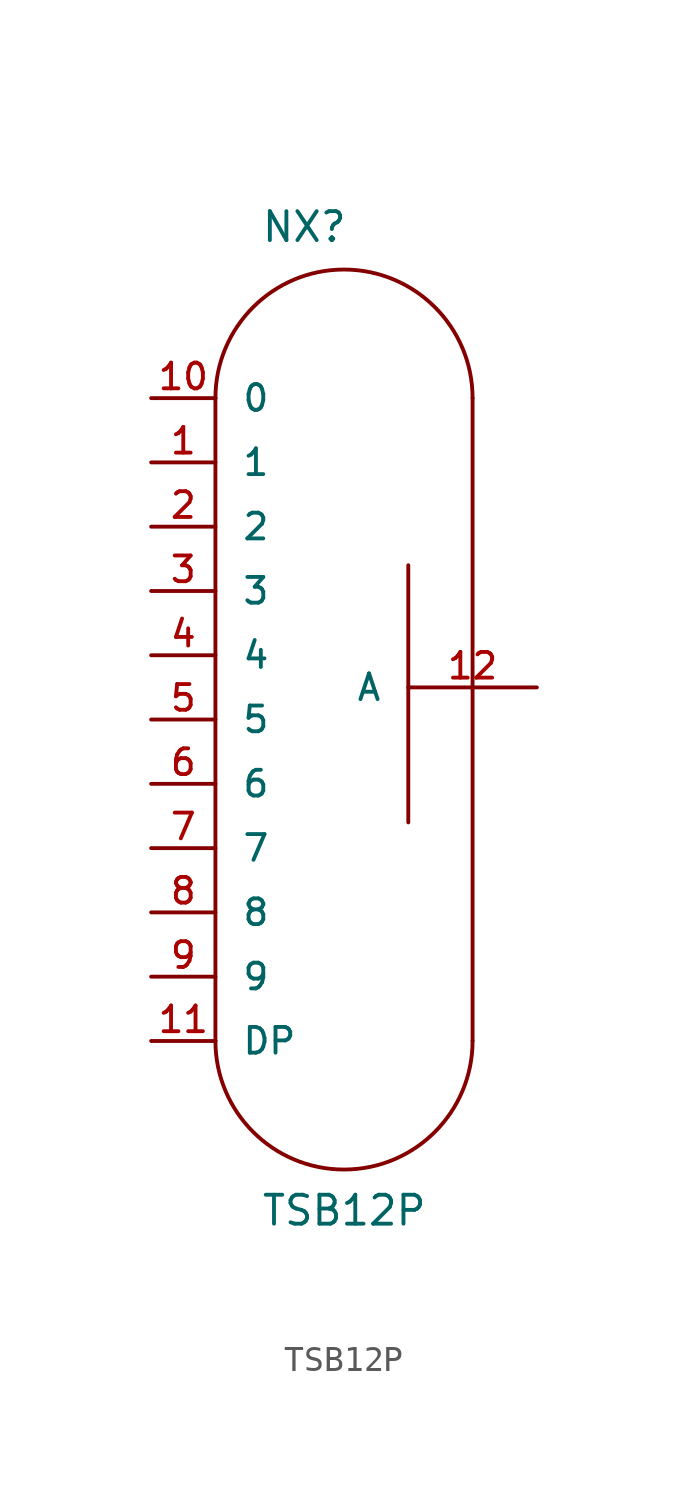
<source format=kicad_sym>
(kicad_symbol_lib
  (version 20211014)
  (generator kicad_symbol_editor)
  (symbol "TSB12P"
    (pin_names
      (offset 1.016))
    (property "Reference" "NX"
      (at -38.862 41.656 0)
      (effects (font (size 1.143 1.143)) (justify left bottom)))
    (property "Value" "TSB12P"
      (at -38.862 2.794 0)
      (effects (font (size 1.143 1.143)) (justify left bottom)))
    (property "ki_locked" ""
      (at 0 0 0)
      (effects (font (size 1.27 1.27))))
    (symbol "TSB12P_1_0"
      (polyline (pts (xy -40.64 35.56) (xy -40.64 10.16)) (stroke (width 0) (type default) (color 0 0 0 0)) (fill (type none)))
      (polyline (pts (xy -33.02 28.956) (xy -33.02 18.796)) (stroke (width 0) (type default) (color 0 0 0 0)) (fill (type none)))
      (polyline (pts (xy -30.48 35.56) (xy -30.48 10.16)) (stroke (width 0) (type default) (color 0 0 0 0)) (fill (type none))))
    (symbol "TSB12P_1_1"
      (arc (start -40.64 10.16) (mid -35.56 5.08) (end -30.48 10.16) (stroke (width 0) (type default) (color 0 0 0 0)) (fill (type none)))
      (arc (start -30.48 35.56) (mid -35.56 40.64) (end -40.64 35.56) (stroke (width 0) (type default) (color 0 0 0 0)) (fill (type none)))
      (pin passive line (at -43.18 33.02 0) (length 2.54) (name "1" (effects (font (size 1.016 1.016)))) (number "1" (effects (font (size 1.016 1.016)))))
      (pin passive line (at -43.18 35.56 0) (length 2.54) (name "0" (effects (font (size 1.016 1.016)))) (number "10" (effects (font (size 1.016 1.016)))))
      (pin passive line (at -43.18 10.16 0) (length 2.54) (name "DP" (effects (font (size 1.016 1.016)))) (number "11" (effects (font (size 1.016 1.016)))))
      (pin passive line (at -27.94 24.13 180) (length 5.08) (name "A" (effects (font (size 1.016 1.016)))) (number "12" (effects (font (size 1.016 1.016)))))
      (pin passive line (at -43.18 30.48 0) (length 2.54) (name "2" (effects (font (size 1.016 1.016)))) (number "2" (effects (font (size 1.016 1.016)))))
      (pin passive line (at -43.18 27.94 0) (length 2.54) (name "3" (effects (font (size 1.016 1.016)))) (number "3" (effects (font (size 1.016 1.016)))))
      (pin passive line (at -43.18 25.4 0) (length 2.54) (name "4" (effects (font (size 1.016 1.016)))) (number "4" (effects (font (size 1.016 1.016)))))
      (pin passive line (at -43.18 22.86 0) (length 2.54) (name "5" (effects (font (size 1.016 1.016)))) (number "5" (effects (font (size 1.016 1.016)))))
      (pin passive line (at -43.18 20.32 0) (length 2.54) (name "6" (effects (font (size 1.016 1.016)))) (number "6" (effects (font (size 1.016 1.016)))))
      (pin passive line (at -43.18 17.78 0) (length 2.54) (name "7" (effects (font (size 1.016 1.016)))) (number "7" (effects (font (size 1.016 1.016)))))
      (pin passive line (at -43.18 15.24 0) (length 2.54) (name "8" (effects (font (size 1.016 1.016)))) (number "8" (effects (font (size 1.016 1.016)))))
      (pin passive line (at -43.18 12.7 0) (length 2.54) (name "9" (effects (font (size 1.016 1.016)))) (number "9" (effects (font (size 1.016 1.016))))))))
</source>
